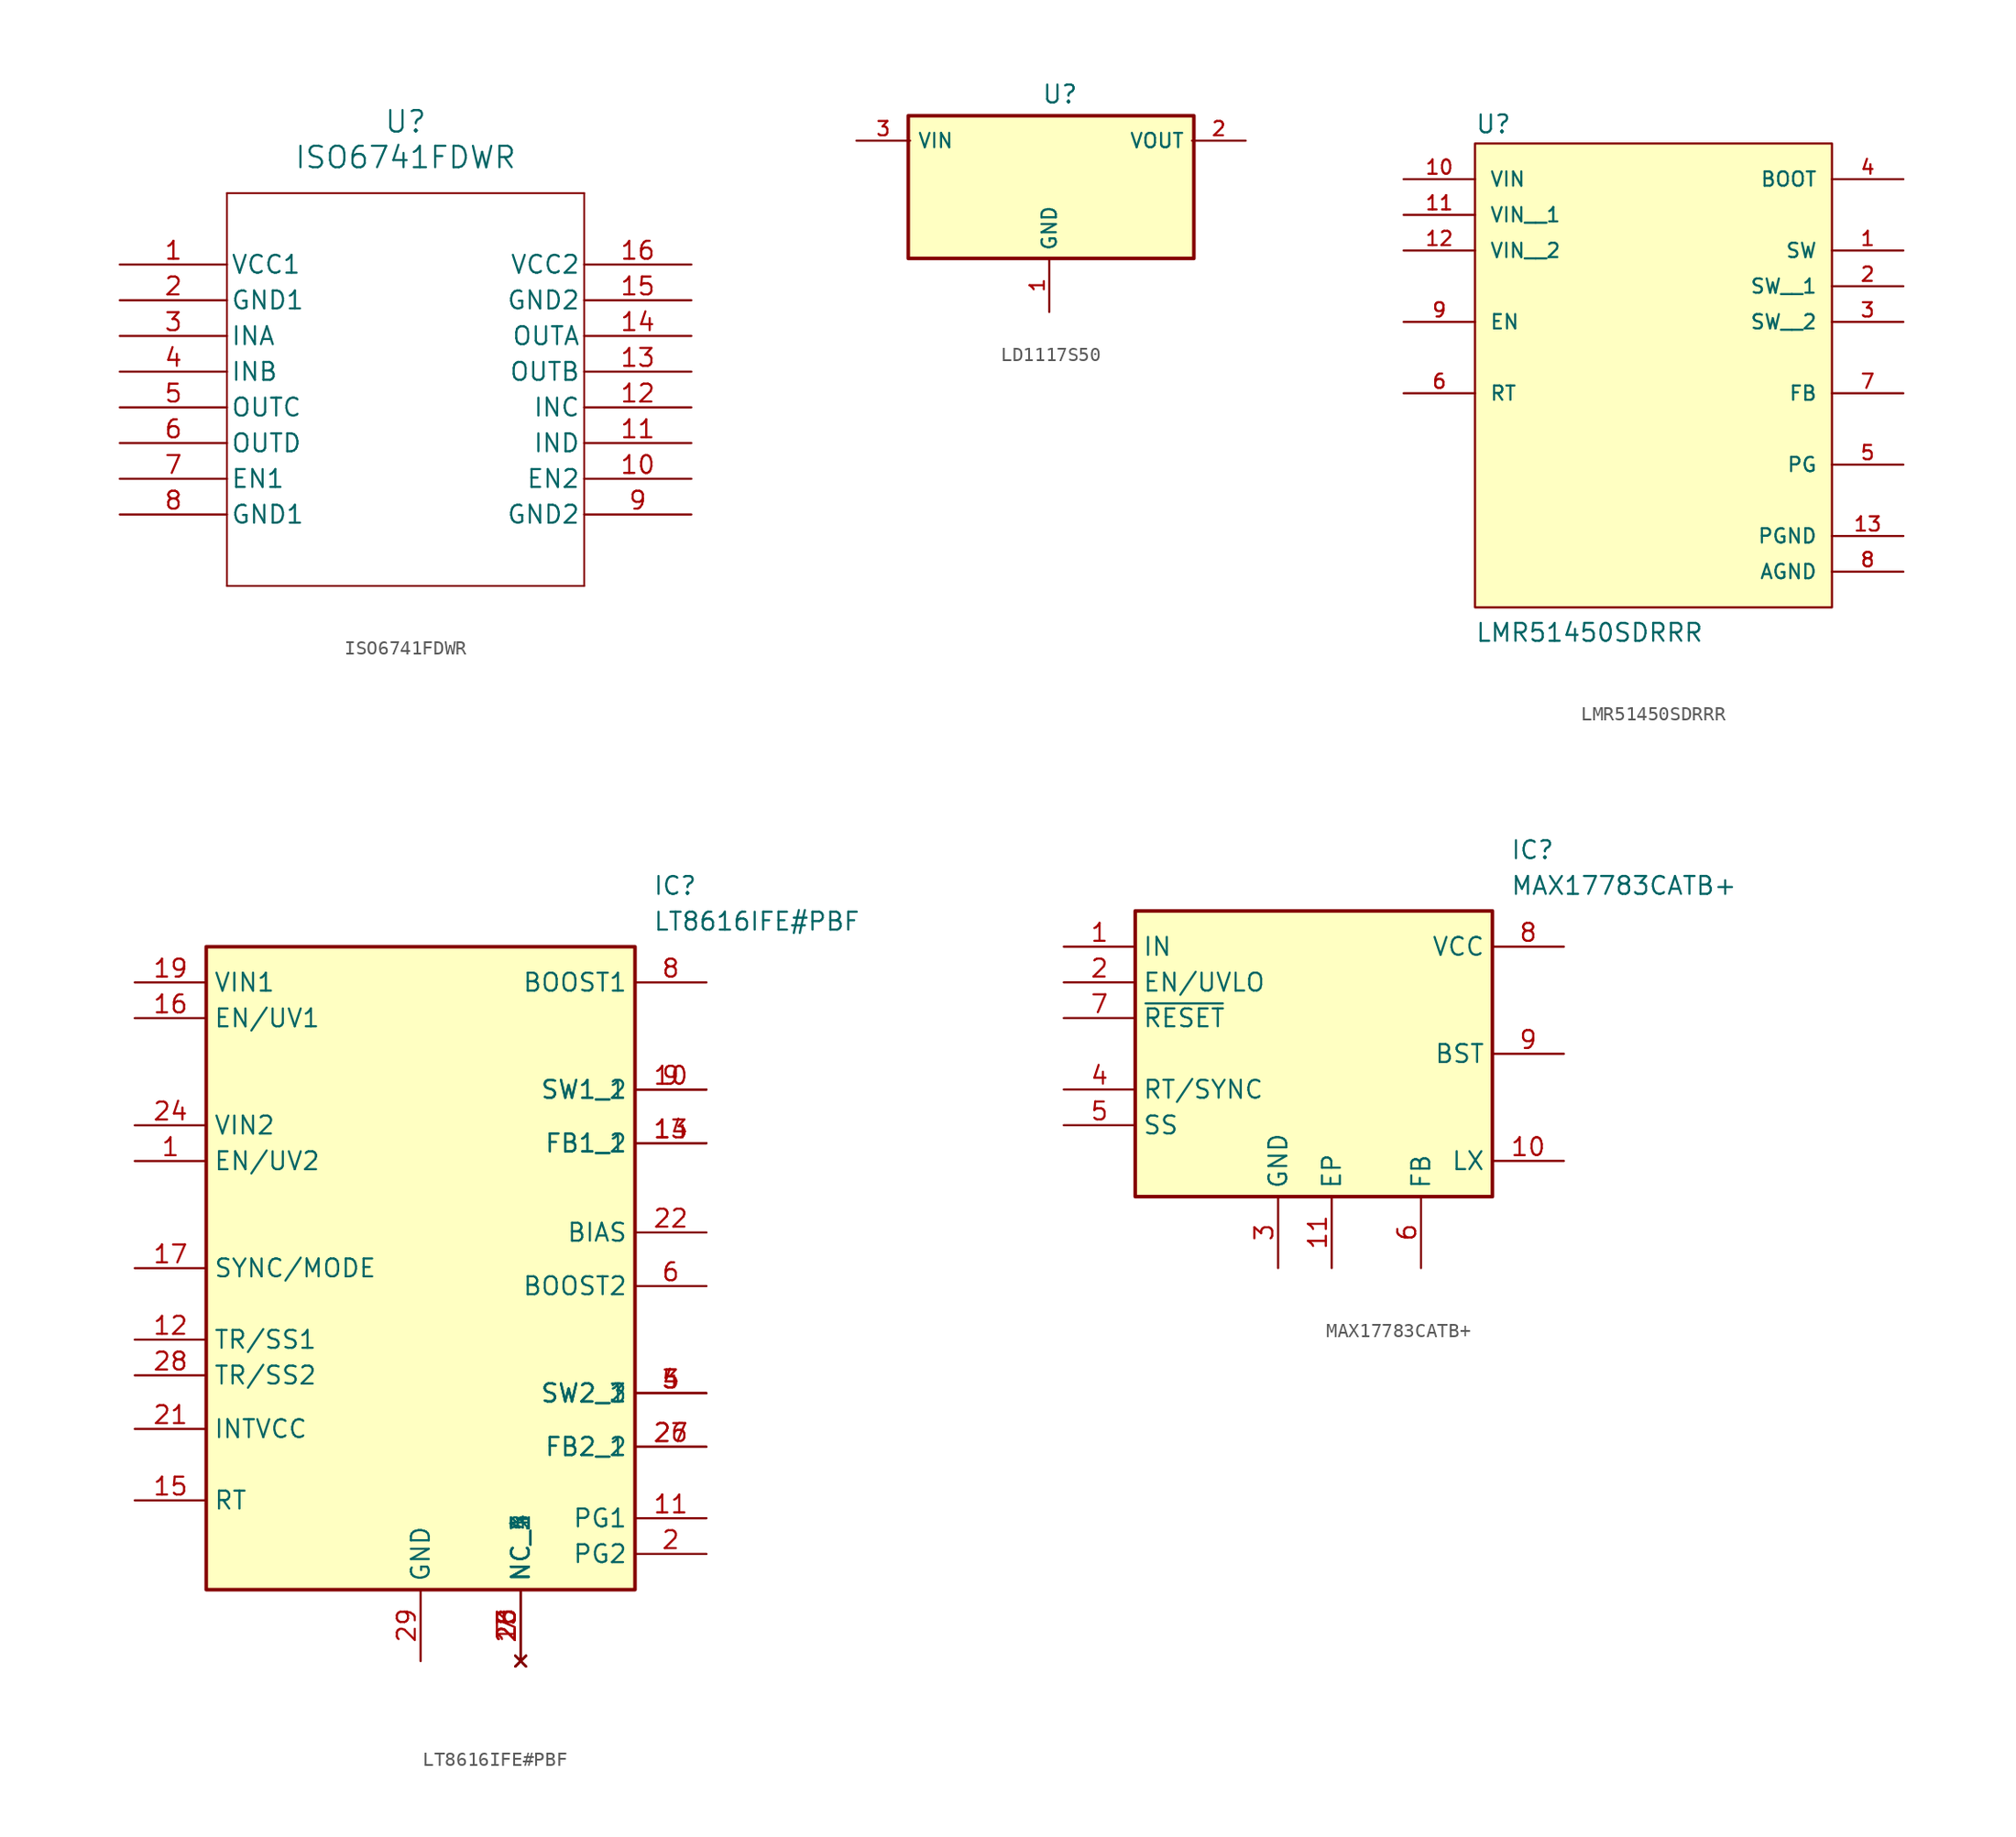
<source format=kicad_sym>
(kicad_symbol_lib
  (version 20231120)
  (generator "kicad_symbol_editor")
  (generator_version "8.0")
  (symbol "ISO6741FDWR"
    (pin_names
      (offset 0.254))
    (property "Reference" "U"
      (at 20.32 10.16 0)
      (effects (font (size 1.524 1.524))))
    (property "Value" "ISO6741FDWR"
      (at 20.32 7.62 0)
      (effects (font (size 1.524 1.524))))
    (property "ki_locked" ""
      (at 0 0 0)
      (effects (font (size 1.27 1.27))))
    (symbol "ISO6741FDWR_0_1"
      (polyline (pts (xy 7.62 -22.86) (xy 33.02 -22.86)) (stroke (width 0.127) (type default)) (fill (type none)))
      (polyline (pts (xy 7.62 5.08) (xy 7.62 -22.86)) (stroke (width 0.127) (type default)) (fill (type none)))
      (polyline (pts (xy 33.02 -22.86) (xy 33.02 5.08)) (stroke (width 0.127) (type default)) (fill (type none)))
      (polyline (pts (xy 33.02 5.08) (xy 7.62 5.08)) (stroke (width 0.127) (type default)) (fill (type none)))
      (pin power_in line (at 0 0 0) (length 7.62) (name "VCC1" (effects (font (size 1.27 1.27)))) (number "1" (effects (font (size 1.27 1.27)))))
      (pin bidirectional line (at 40.64 -15.24 180) (length 7.62) (name "EN2" (effects (font (size 1.27 1.27)))) (number "10" (effects (font (size 1.27 1.27)))))
      (pin input line (at 40.64 -12.7 180) (length 7.62) (name "IND" (effects (font (size 1.27 1.27)))) (number "11" (effects (font (size 1.27 1.27)))))
      (pin input line (at 40.64 -10.16 180) (length 7.62) (name "INC" (effects (font (size 1.27 1.27)))) (number "12" (effects (font (size 1.27 1.27)))))
      (pin output line (at 40.64 -7.62 180) (length 7.62) (name "OUTB" (effects (font (size 1.27 1.27)))) (number "13" (effects (font (size 1.27 1.27)))))
      (pin output line (at 40.64 -5.08 180) (length 7.62) (name "OUTA" (effects (font (size 1.27 1.27)))) (number "14" (effects (font (size 1.27 1.27)))))
      (pin power_out line (at 40.64 -2.54 180) (length 7.62) (name "GND2" (effects (font (size 1.27 1.27)))) (number "15" (effects (font (size 1.27 1.27)))))
      (pin power_in line (at 40.64 0 180) (length 7.62) (name "VCC2" (effects (font (size 1.27 1.27)))) (number "16" (effects (font (size 1.27 1.27)))))
      (pin power_out line (at 0 -2.54 0) (length 7.62) (name "GND1" (effects (font (size 1.27 1.27)))) (number "2" (effects (font (size 1.27 1.27)))))
      (pin input line (at 0 -5.08 0) (length 7.62) (name "INA" (effects (font (size 1.27 1.27)))) (number "3" (effects (font (size 1.27 1.27)))))
      (pin input line (at 0 -7.62 0) (length 7.62) (name "INB" (effects (font (size 1.27 1.27)))) (number "4" (effects (font (size 1.27 1.27)))))
      (pin output line (at 0 -10.16 0) (length 7.62) (name "OUTC" (effects (font (size 1.27 1.27)))) (number "5" (effects (font (size 1.27 1.27)))))
      (pin output line (at 0 -12.7 0) (length 7.62) (name "OUTD" (effects (font (size 1.27 1.27)))) (number "6" (effects (font (size 1.27 1.27)))))
      (pin bidirectional line (at 0 -15.24 0) (length 7.62) (name "EN1" (effects (font (size 1.27 1.27)))) (number "7" (effects (font (size 1.27 1.27)))))
      (pin power_out line (at 0 -17.78 0) (length 7.62) (name "GND1" (effects (font (size 1.27 1.27)))) (number "8" (effects (font (size 1.27 1.27)))))
      (pin power_out line (at 40.64 -17.78 180) (length 7.62) (name "GND2" (effects (font (size 1.27 1.27)))) (number "9" (effects (font (size 1.27 1.27)))))))
  (symbol "LD1117S50"
    (property "Reference" "U"
      (at 0 1.778 0)
      (effects (font (size 1.27 1.27))))
    (property "Value" ""
      (at 0 0 0)
      (effects (font (size 1.27 1.27))))
    (symbol "LD1117S50_0_0"
      (rectangle (start -10.795 0.254) (end 9.525 -9.906) (stroke (width 0.254) (type default)) (fill (type background))))
    (symbol "LD1117S50_1_1"
      (pin power_in line (at -0.762 -13.716 90) (length 3.81) (name "GND" (effects (font (size 1.016 1.016)))) (number "1" (effects (font (size 1.016 1.016)))))
      (pin power_in line (at 13.208 -1.524 180) (length 3.81) (name "VOUT" (effects (font (size 1.016 1.016)))) (number "2" (effects (font (size 1.016 1.016)))))
      (pin input line (at -14.478 -1.524 0) (length 3.81) (name "VIN" (effects (font (size 1.016 1.016)))) (number "3" (effects (font (size 1.016 1.016)))))))
  (symbol "LMR51450SDRRR"
    (pin_names
      (offset 1.016))
    (property "Reference" "U"
      (at -12.7 13.335 0)
      (effects (font (size 1.27 1.27)) (justify left bottom)))
    (property "Value" "LMR51450SDRRR"
      (at -12.7 -22.86 0)
      (effects (font (size 1.27 1.27)) (justify left bottom)))
    (symbol "LMR51450SDRRR_0_0"
      (rectangle (start -12.7 -20.32) (end 12.7 12.7) (stroke (width 0.152) (type default)) (fill (type background)))
      (pin output line (at 17.78 5.08 180) (length 5.08) (name "SW" (effects (font (size 1.016 1.016)))) (number "1" (effects (font (size 1.016 1.016)))))
      (pin input line (at -17.78 10.16 0) (length 5.08) (name "VIN" (effects (font (size 1.016 1.016)))) (number "10" (effects (font (size 1.016 1.016)))))
      (pin input line (at -17.78 7.62 0) (length 5.08) (name "VIN__1" (effects (font (size 1.016 1.016)))) (number "11" (effects (font (size 1.016 1.016)))))
      (pin input line (at -17.78 5.08 0) (length 5.08) (name "VIN__2" (effects (font (size 1.016 1.016)))) (number "12" (effects (font (size 1.016 1.016)))))
      (pin power_in line (at 17.78 -15.24 180) (length 5.08) (name "PGND" (effects (font (size 1.016 1.016)))) (number "13" (effects (font (size 1.016 1.016)))))
      (pin output line (at 17.78 2.54 180) (length 5.08) (name "SW__1" (effects (font (size 1.016 1.016)))) (number "2" (effects (font (size 1.016 1.016)))))
      (pin output line (at 17.78 0 180) (length 5.08) (name "SW__2" (effects (font (size 1.016 1.016)))) (number "3" (effects (font (size 1.016 1.016)))))
      (pin passive line (at 17.78 10.16 180) (length 5.08) (name "BOOT" (effects (font (size 1.016 1.016)))) (number "4" (effects (font (size 1.016 1.016)))))
      (pin output line (at 17.78 -10.16 180) (length 5.08) (name "PG" (effects (font (size 1.016 1.016)))) (number "5" (effects (font (size 1.016 1.016)))))
      (pin input line (at -17.78 -5.08 0) (length 5.08) (name "RT" (effects (font (size 1.016 1.016)))) (number "6" (effects (font (size 1.016 1.016)))))
      (pin input line (at 17.78 -5.08 180) (length 5.08) (name "FB" (effects (font (size 1.016 1.016)))) (number "7" (effects (font (size 1.016 1.016)))))
      (pin power_in line (at 17.78 -17.78 180) (length 5.08) (name "AGND" (effects (font (size 1.016 1.016)))) (number "8" (effects (font (size 1.016 1.016)))))
      (pin input line (at -17.78 0 0) (length 5.08) (name "EN" (effects (font (size 1.016 1.016)))) (number "9" (effects (font (size 1.016 1.016)))))))
  (symbol "LT8616IFE#PBF"
    (property "Reference" "IC"
      (at 36.83 7.62 0)
      (effects (font (size 1.27 1.27)) (justify left top)))
    (property "Value" "LT8616IFE#PBF"
      (at 36.83 5.08 0)
      (effects (font (size 1.27 1.27)) (justify left top)))
    (symbol "LT8616IFE#PBF_1_1"
      (rectangle (start 5.08 2.54) (end 35.56 -43.18) (stroke (width 0.254) (type default)) (fill (type background)))
      (pin passive line (at 0 -12.7 0) (length 5.08) (name "EN/UV2" (effects (font (size 1.27 1.27)))) (number "1" (effects (font (size 1.27 1.27)))))
      (pin passive line (at 40.64 -7.62 180) (length 5.08) (name "SW1_2" (effects (font (size 1.27 1.27)))) (number "10" (effects (font (size 1.27 1.27)))))
      (pin passive line (at 40.64 -38.1 180) (length 5.08) (name "PG1" (effects (font (size 1.27 1.27)))) (number "11" (effects (font (size 1.27 1.27)))))
      (pin passive line (at 0 -25.4 0) (length 5.08) (name "TR/SS1" (effects (font (size 1.27 1.27)))) (number "12" (effects (font (size 1.27 1.27)))))
      (pin passive line (at 40.64 -11.43 180) (length 5.08) (name "FB1_1" (effects (font (size 1.27 1.27)))) (number "13" (effects (font (size 1.27 1.27)))))
      (pin passive line (at 40.64 -11.43 180) (length 5.08) (name "FB1_2" (effects (font (size 1.27 1.27)))) (number "14" (effects (font (size 1.27 1.27)))))
      (pin passive line (at 0 -36.83 0) (length 5.08) (name "RT" (effects (font (size 1.27 1.27)))) (number "15" (effects (font (size 1.27 1.27)))))
      (pin passive line (at 0 -2.54 0) (length 5.08) (name "EN/UV1" (effects (font (size 1.27 1.27)))) (number "16" (effects (font (size 1.27 1.27)))))
      (pin passive line (at 0 -20.32 0) (length 5.08) (name "SYNC/MODE" (effects (font (size 1.27 1.27)))) (number "17" (effects (font (size 1.27 1.27)))))
      (pin no_connect line (at 27.432 -48.26 90) (length 5.08) (name "NC_2" (effects (font (size 1.27 1.27)))) (number "18" (effects (font (size 1.27 1.27)))))
      (pin passive line (at 0 0 0) (length 5.08) (name "VIN1" (effects (font (size 1.27 1.27)))) (number "19" (effects (font (size 1.27 1.27)))))
      (pin passive line (at 40.64 -40.64 180) (length 5.08) (name "PG2" (effects (font (size 1.27 1.27)))) (number "2" (effects (font (size 1.27 1.27)))))
      (pin no_connect line (at 27.432 -48.26 90) (length 5.08) (name "NC_3" (effects (font (size 1.27 1.27)))) (number "20" (effects (font (size 1.27 1.27)))))
      (pin passive line (at 0 -31.75 0) (length 5.08) (name "INTVCC" (effects (font (size 1.27 1.27)))) (number "21" (effects (font (size 1.27 1.27)))))
      (pin passive line (at 40.64 -17.78 180) (length 5.08) (name "BIAS" (effects (font (size 1.27 1.27)))) (number "22" (effects (font (size 1.27 1.27)))))
      (pin no_connect line (at 27.432 -48.26 90) (length 5.08) (name "NC_4" (effects (font (size 1.27 1.27)))) (number "23" (effects (font (size 1.27 1.27)))))
      (pin passive line (at 0 -10.16 0) (length 5.08) (name "VIN2" (effects (font (size 1.27 1.27)))) (number "24" (effects (font (size 1.27 1.27)))))
      (pin no_connect line (at 27.432 -48.26 90) (length 5.08) (name "NC_5" (effects (font (size 1.27 1.27)))) (number "25" (effects (font (size 1.27 1.27)))))
      (pin passive line (at 40.64 -33.02 180) (length 5.08) (name "FB2_1" (effects (font (size 1.27 1.27)))) (number "26" (effects (font (size 1.27 1.27)))))
      (pin passive line (at 40.64 -33.02 180) (length 5.08) (name "FB2_2" (effects (font (size 1.27 1.27)))) (number "27" (effects (font (size 1.27 1.27)))))
      (pin passive line (at 0 -27.94 0) (length 5.08) (name "TR/SS2" (effects (font (size 1.27 1.27)))) (number "28" (effects (font (size 1.27 1.27)))))
      (pin passive line (at 20.32 -48.26 90) (length 5.08) (name "GND" (effects (font (size 1.27 1.27)))) (number "29" (effects (font (size 1.27 1.27)))))
      (pin passive line (at 40.64 -29.21 180) (length 5.08) (name "SW2_1" (effects (font (size 1.27 1.27)))) (number "3" (effects (font (size 1.27 1.27)))))
      (pin passive line (at 40.64 -29.21 180) (length 5.08) (name "SW2_2" (effects (font (size 1.27 1.27)))) (number "4" (effects (font (size 1.27 1.27)))))
      (pin passive line (at 40.64 -29.21 180) (length 5.08) (name "SW2_3" (effects (font (size 1.27 1.27)))) (number "5" (effects (font (size 1.27 1.27)))))
      (pin passive line (at 40.64 -21.59 180) (length 5.08) (name "BOOST2" (effects (font (size 1.27 1.27)))) (number "6" (effects (font (size 1.27 1.27)))))
      (pin no_connect line (at 27.432 -48.26 90) (length 5.08) (name "NC_1" (effects (font (size 1.27 1.27)))) (number "7" (effects (font (size 1.27 1.27)))))
      (pin passive line (at 40.64 0 180) (length 5.08) (name "BOOST1" (effects (font (size 1.27 1.27)))) (number "8" (effects (font (size 1.27 1.27)))))
      (pin passive line (at 40.64 -7.62 180) (length 5.08) (name "SW1_1" (effects (font (size 1.27 1.27)))) (number "9" (effects (font (size 1.27 1.27)))))))
  (symbol "MAX17783CATB+"
    (property "Reference" "IC"
      (at 31.75 7.62 0)
      (effects (font (size 1.27 1.27)) (justify left top)))
    (property "Value" "MAX17783CATB+"
      (at 31.75 5.08 0)
      (effects (font (size 1.27 1.27)) (justify left top)))
    (symbol "MAX17783CATB+_1_1"
      (rectangle (start 5.08 2.54) (end 30.48 -17.78) (stroke (width 0.254) (type default)) (fill (type background)))
      (pin passive line (at 0 0 0) (length 5.08) (name "IN" (effects (font (size 1.27 1.27)))) (number "1" (effects (font (size 1.27 1.27)))))
      (pin passive line (at 35.56 -15.24 180) (length 5.08) (name "LX" (effects (font (size 1.27 1.27)))) (number "10" (effects (font (size 1.27 1.27)))))
      (pin passive line (at 19.05 -22.86 90) (length 5.08) (name "EP" (effects (font (size 1.27 1.27)))) (number "11" (effects (font (size 1.27 1.27)))))
      (pin passive line (at 0 -2.54 0) (length 5.08) (name "EN/UVLO" (effects (font (size 1.27 1.27)))) (number "2" (effects (font (size 1.27 1.27)))))
      (pin passive line (at 15.24 -22.86 90) (length 5.08) (name "GND" (effects (font (size 1.27 1.27)))) (number "3" (effects (font (size 1.27 1.27)))))
      (pin passive line (at 0 -10.16 0) (length 5.08) (name "RT/SYNC" (effects (font (size 1.27 1.27)))) (number "4" (effects (font (size 1.27 1.27)))))
      (pin passive line (at 0 -12.7 0) (length 5.08) (name "SS" (effects (font (size 1.27 1.27)))) (number "5" (effects (font (size 1.27 1.27)))))
      (pin passive line (at 25.4 -22.86 90) (length 5.08) (name "FB" (effects (font (size 1.27 1.27)))) (number "6" (effects (font (size 1.27 1.27)))))
      (pin passive line (at 0 -5.08 0) (length 5.08) (name "~{RESET}" (effects (font (size 1.27 1.27)))) (number "7" (effects (font (size 1.27 1.27)))))
      (pin passive line (at 35.56 0 180) (length 5.08) (name "VCC" (effects (font (size 1.27 1.27)))) (number "8" (effects (font (size 1.27 1.27)))))
      (pin passive line (at 35.56 -7.62 180) (length 5.08) (name "BST" (effects (font (size 1.27 1.27)))) (number "9" (effects (font (size 1.27 1.27))))))))
</source>
